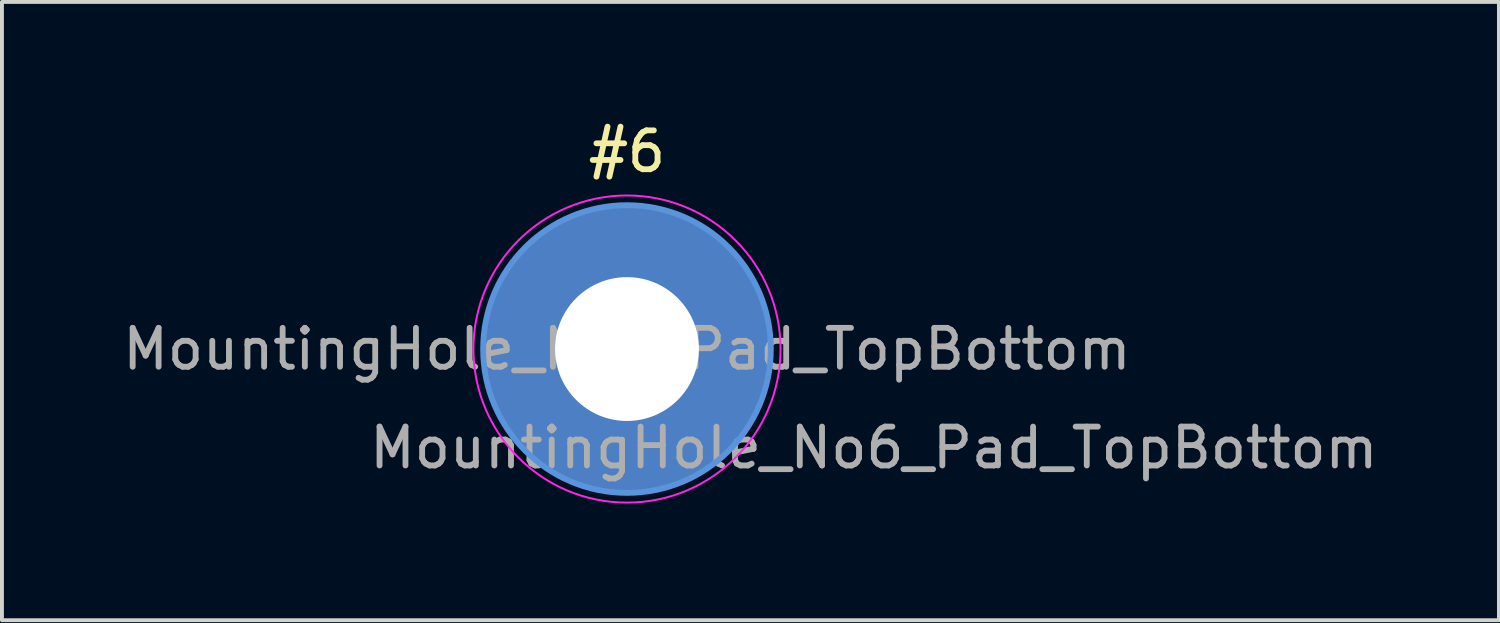
<source format=kicad_pcb>
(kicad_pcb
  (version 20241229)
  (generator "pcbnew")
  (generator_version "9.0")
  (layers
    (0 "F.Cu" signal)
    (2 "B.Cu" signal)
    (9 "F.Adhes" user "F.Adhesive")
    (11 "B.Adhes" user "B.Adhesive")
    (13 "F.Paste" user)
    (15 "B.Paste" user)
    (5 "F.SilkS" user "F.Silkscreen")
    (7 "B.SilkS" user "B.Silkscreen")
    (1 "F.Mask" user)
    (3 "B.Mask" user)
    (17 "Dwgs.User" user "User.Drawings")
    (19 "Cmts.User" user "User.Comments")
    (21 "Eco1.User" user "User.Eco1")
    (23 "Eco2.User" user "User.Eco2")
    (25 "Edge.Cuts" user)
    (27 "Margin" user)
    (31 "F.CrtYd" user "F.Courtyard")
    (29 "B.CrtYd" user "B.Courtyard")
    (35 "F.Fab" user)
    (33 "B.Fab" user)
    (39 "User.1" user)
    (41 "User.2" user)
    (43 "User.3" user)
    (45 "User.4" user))
  (footprint "MountingHole_No6_Pad_TopBottom"
    (layer "F.Cu")
    (at 13.077 5.928)
    (property "Reference" "MountingHole_No6_Pad_TopBottom" (at 6.35 2.54 0) (layer "F.Fab") (effects (font (size 1 1) (thickness 0.15))))
    (attr exclude_from_pos_files exclude_from_bom)
    (fp_circle (center 0 0) (end 3.7 0) (stroke (width 0.15) (type solid)) (fill no) (layer "Cmts.User"))
    (fp_circle (center 0 0) (end 3.95 0) (stroke (width 0.05) (type solid)) (fill no) (layer "F.CrtYd"))
    (fp_text user "#6" (at 0 -5.08 0) (unlocked yes) (layer "F.SilkS") (effects (font (size 1 1) (thickness 0.15))))
    (fp_text user "${REFERENCE}" (at 0 0 0) (layer "F.Fab") (effects (font (size 1 1) (thickness 0.15))))
    (pad "1" thru_hole circle (at 0 0) (size 4.1 4.1) (drill 3.7) (layers "*.Cu" "*.Mask"))
    (pad "1" connect circle (at 0 0) (size 7.4 7.4) (layers "F.Cu" "F.Mask"))
    (pad "1" connect circle (at 0 0) (size 7.4 7.4) (layers "B.Cu" "B.Mask")))
  (gr_rect
    (start -3 -3)
    (end 35.505 12.903)
    (stroke (width 0.1) (type default))
    (fill no)
    (layer "Edge.Cuts")))
</source>
